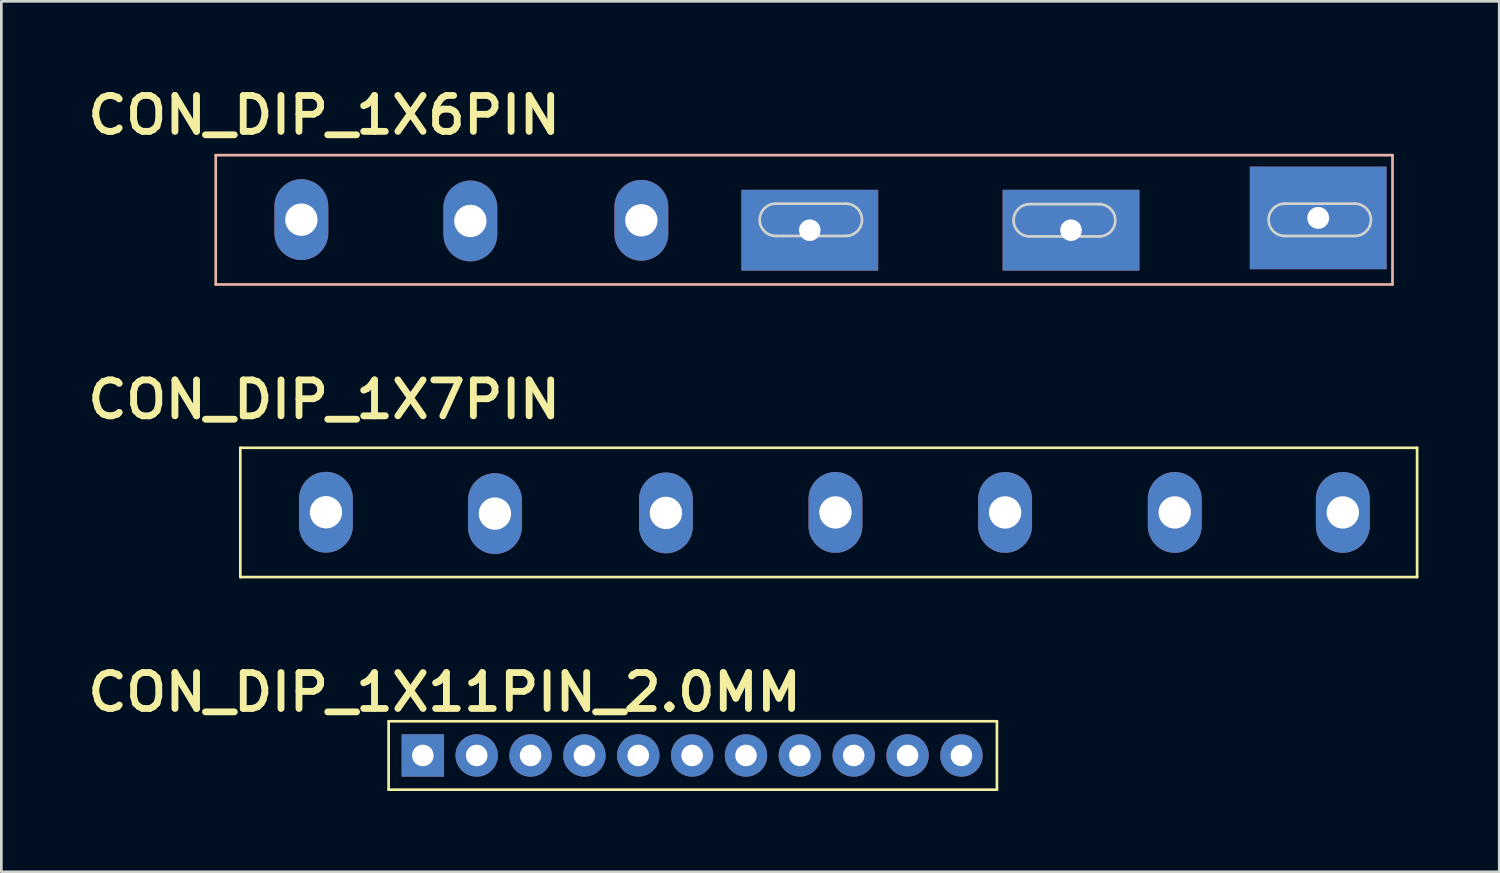
<source format=kicad_pcb>
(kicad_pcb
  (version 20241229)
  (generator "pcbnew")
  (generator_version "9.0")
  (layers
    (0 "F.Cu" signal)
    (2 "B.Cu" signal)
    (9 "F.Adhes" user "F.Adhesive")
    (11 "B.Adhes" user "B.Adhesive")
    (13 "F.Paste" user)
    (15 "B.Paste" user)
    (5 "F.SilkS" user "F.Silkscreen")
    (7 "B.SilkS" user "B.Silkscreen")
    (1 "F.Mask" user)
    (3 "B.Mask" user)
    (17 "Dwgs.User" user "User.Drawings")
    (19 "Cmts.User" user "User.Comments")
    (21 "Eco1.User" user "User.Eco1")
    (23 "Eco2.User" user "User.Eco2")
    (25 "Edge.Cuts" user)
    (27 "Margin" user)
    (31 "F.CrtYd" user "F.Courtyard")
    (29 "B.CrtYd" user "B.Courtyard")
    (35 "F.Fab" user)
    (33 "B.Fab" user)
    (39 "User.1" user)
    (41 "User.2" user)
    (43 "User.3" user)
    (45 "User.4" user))
  (footprint "CON_DIP_1X11PIN_2.0MM"
    (layer "F.Cu")
    (at 21.652 25.004)
    (property "Reference" "CON_DIP_1X11PIN_2.0MM" (at -8.191 -2.349 0) (unlocked yes) (layer "F.SilkS") (effects (font (size 1.333 1.402) (thickness 0.254))))
    (attr smd)
    (fp_line (start -10.27 -1.27) (end -10.27 1.27) (stroke (width 0.1) (type solid)) (layer "F.SilkS"))
    (fp_line (start -10.27 -1.27) (end 12.319 -1.27) (stroke (width 0.1) (type solid)) (layer "F.SilkS"))
    (fp_line (start -10.27 1.27) (end 12.319 1.27) (stroke (width 0.1) (type solid)) (layer "F.SilkS"))
    (fp_line (start 12.319 1.27) (end 12.319 -1.27) (stroke (width 0.1) (type solid)) (layer "F.SilkS"))
    (pad "1" thru_hole rect (at -9 0) (size 1.575 1.575) (drill 0.8) (layers "*.Cu" "*.Mask"))
    (pad "2" thru_hole circle (at -7 -0.00001) (size 1.575 1.575) (drill 0.8) (layers "*.Cu" "*.Mask"))
    (pad "3" thru_hole circle (at -5 0) (size 1.575 1.575) (drill 0.8) (layers "*.Cu" "*.Mask"))
    (pad "4" thru_hole circle (at -3 0.00001) (size 1.575 1.575) (drill 0.8) (layers "*.Cu" "*.Mask"))
    (pad "5" thru_hole circle (at -1 0.00001) (size 1.575 1.575) (drill 0.8) (layers "*.Cu" "*.Mask"))
    (pad "6" thru_hole circle (at 1 0) (size 1.575 1.575) (drill 0.8) (layers "*.Cu" "*.Mask"))
    (pad "7" thru_hole circle (at 3 0) (size 1.575 1.575) (drill 0.8) (layers "*.Cu" "*.Mask"))
    (pad "8" thru_hole circle (at 5 0) (size 1.575 1.575) (drill 0.8) (layers "*.Cu" "*.Mask"))
    (pad "9" thru_hole circle (at 7 0) (size 1.575 1.575) (drill 0.8) (layers "*.Cu" "*.Mask"))
    (pad "10" thru_hole circle (at 9 0) (size 1.575 1.575) (drill 0.8) (layers "*.Cu" "*.Mask"))
    (pad "11" thru_hole circle (at 11 0) (size 1.575 1.575) (drill 0.8) (layers "*.Cu" "*.Mask")))
  (footprint "CON_DIP_1X6PIN"
    (layer "F.Cu")
    (at 26.005 4.972)
    (property "Reference" "CON_DIP_1X6PIN" (at -17.018 -3.747 0) (unlocked yes) (layer "F.SilkS") (effects (font (size 1.333 1.402) (thickness 0.254))))
    (attr smd)
    (fp_line (start -21.044 -2.26) (end 22.655 -2.26) (stroke (width 0.1) (type solid)) (layer "B.SilkS"))
    (fp_line (start -21.044 2.541) (end -21.044 -2.26) (stroke (width 0.1) (type solid)) (layer "B.SilkS"))
    (fp_line (start -21.044 2.541) (end 22.655 2.541) (stroke (width 0.1) (type solid)) (layer "B.SilkS"))
    (fp_line (start 22.655 2.541) (end 22.655 -2.26) (stroke (width 0.1) (type solid)) (layer "B.SilkS"))
    (fp_line (start -0.244 -0.459) (end 2.356 -0.459) (stroke (width 0.1) (type solid)) (layer "Edge.Cuts"))
    (fp_line (start -0.244 0.74) (end 2.356 0.74) (stroke (width 0.1) (type solid)) (layer "Edge.Cuts"))
    (fp_line (start 9.185 -0.442) (end 11.761 -0.442) (stroke (width 0.1) (type solid)) (layer "Edge.Cuts"))
    (fp_line (start 9.185 0.758) (end 11.761 0.758) (stroke (width 0.1) (type solid)) (layer "Edge.Cuts"))
    (fp_line (start 18.655 -0.459) (end 21.256 -0.459) (stroke (width 0.1) (type solid)) (layer "Edge.Cuts"))
    (fp_line (start 18.655 0.74) (end 21.256 0.74) (stroke (width 0.1) (type solid)) (layer "Edge.Cuts"))
    (fp_arc (start -0.2445 0.7405) (mid -0.8445 0.1405) (end -0.2445 -0.4595) (stroke (width 0.1) (type solid)) (layer "Edge.Cuts"))
    (fp_arc (start 2.3555 -0.4595) (mid 2.9555 0.1405) (end 2.3555 0.7405) (stroke (width 0.1) (type solid)) (layer "Edge.Cuts"))
    (fp_arc (start 9.1855 0.7585) (mid 8.5855 0.1585) (end 9.1855 -0.4415) (stroke (width 0.1) (type solid)) (layer "Edge.Cuts"))
    (fp_arc (start 11.7605 -0.4415) (mid 12.3605 0.1585) (end 11.7605 0.7585) (stroke (width 0.1) (type solid)) (layer "Edge.Cuts"))
    (fp_arc (start 18.6555 0.7405) (mid 18.0555 0.1405) (end 18.6555 -0.4595) (stroke (width 0.1) (type solid)) (layer "Edge.Cuts"))
    (fp_arc (start 21.2555 -0.4595) (mid 21.8555 0.1405) (end 21.2555 0.7405) (stroke (width 0.1) (type solid)) (layer "Edge.Cuts"))
    (pad "1" thru_hole rect (at 19.896 0.07 180) (size 5.08 3.81) (drill 0.813) (layers "*.Cu" "*.Mask"))
    (pad "2" thru_hole rect (at 10.716 0.527 180) (size 5.08 3) (drill 0.8) (layers "*.Cu" "*.Mask"))
    (pad "4" thru_hole rect (at 1.016 0.527 180) (size 5.08 3) (drill 0.8) (layers "*.Cu" "*.Mask"))
    (pad "5" thru_hole oval (at -5.239 0.159) (size 2 3) (drill 1.2) (layers "*.Cu" "*.Mask"))
    (pad "6" thru_hole oval (at -11.589 0.183) (size 2 3) (drill 1.2) (layers "*.Cu" "*.Mask"))
    (pad "7" thru_hole oval (at -17.864 0.134) (size 2 3) (drill 1.2) (layers "*.Cu" "*.Mask")))
  (footprint "CON_DIP_1X7PIN"
    (layer "F.Cu")
    (at 27.974 15.979)
    (property "Reference" "CON_DIP_1X7PIN" (at -18.986 -4.191 0) (unlocked yes) (layer "F.SilkS") (effects (font (size 1.333 1.402) (thickness 0.254))))
    (attr smd)
    (fp_line (start -22.1 -2.4) (end 21.6 -2.4) (stroke (width 0.1) (type solid)) (layer "F.SilkS"))
    (fp_line (start -22.1 2.4) (end -22.1 -2.4) (stroke (width 0.1) (type solid)) (layer "F.SilkS"))
    (fp_line (start -22.1 2.4) (end 21.6 2.4) (stroke (width 0.1) (type solid)) (layer "F.SilkS"))
    (fp_line (start 21.6 2.4) (end 21.6 -2.4) (stroke (width 0.1) (type solid)) (layer "F.SilkS"))
    (pad "1" thru_hole oval (at 18.841 0) (size 2 3) (drill 1.2) (layers "*.Cu" "*.Mask"))
    (pad "2" thru_hole oval (at 12.6 0) (size 2 3) (drill 1.2) (layers "*.Cu" "*.Mask"))
    (pad "3" thru_hole oval (at 6.3 0) (size 2 3) (drill 1.2) (layers "*.Cu" "*.Mask"))
    (pad "4" thru_hole oval (at 0 0) (size 2 3) (drill 1.2) (layers "*.Cu" "*.Mask"))
    (pad "5" thru_hole oval (at -6.295 0.018) (size 2 3) (drill 1.2) (layers "*.Cu" "*.Mask"))
    (pad "6" thru_hole oval (at -12.645 0.043) (size 2 3) (drill 1.2) (layers "*.Cu" "*.Mask"))
    (pad "7" thru_hole oval (at -18.92 -0.007) (size 2 3) (drill 1.2) (layers "*.Cu" "*.Mask")))
  (gr_rect
    (start -3 -3)
    (end 52.624 29.324)
    (stroke (width 0.1) (type default))
    (fill no)
    (layer "Edge.Cuts")))
</source>
